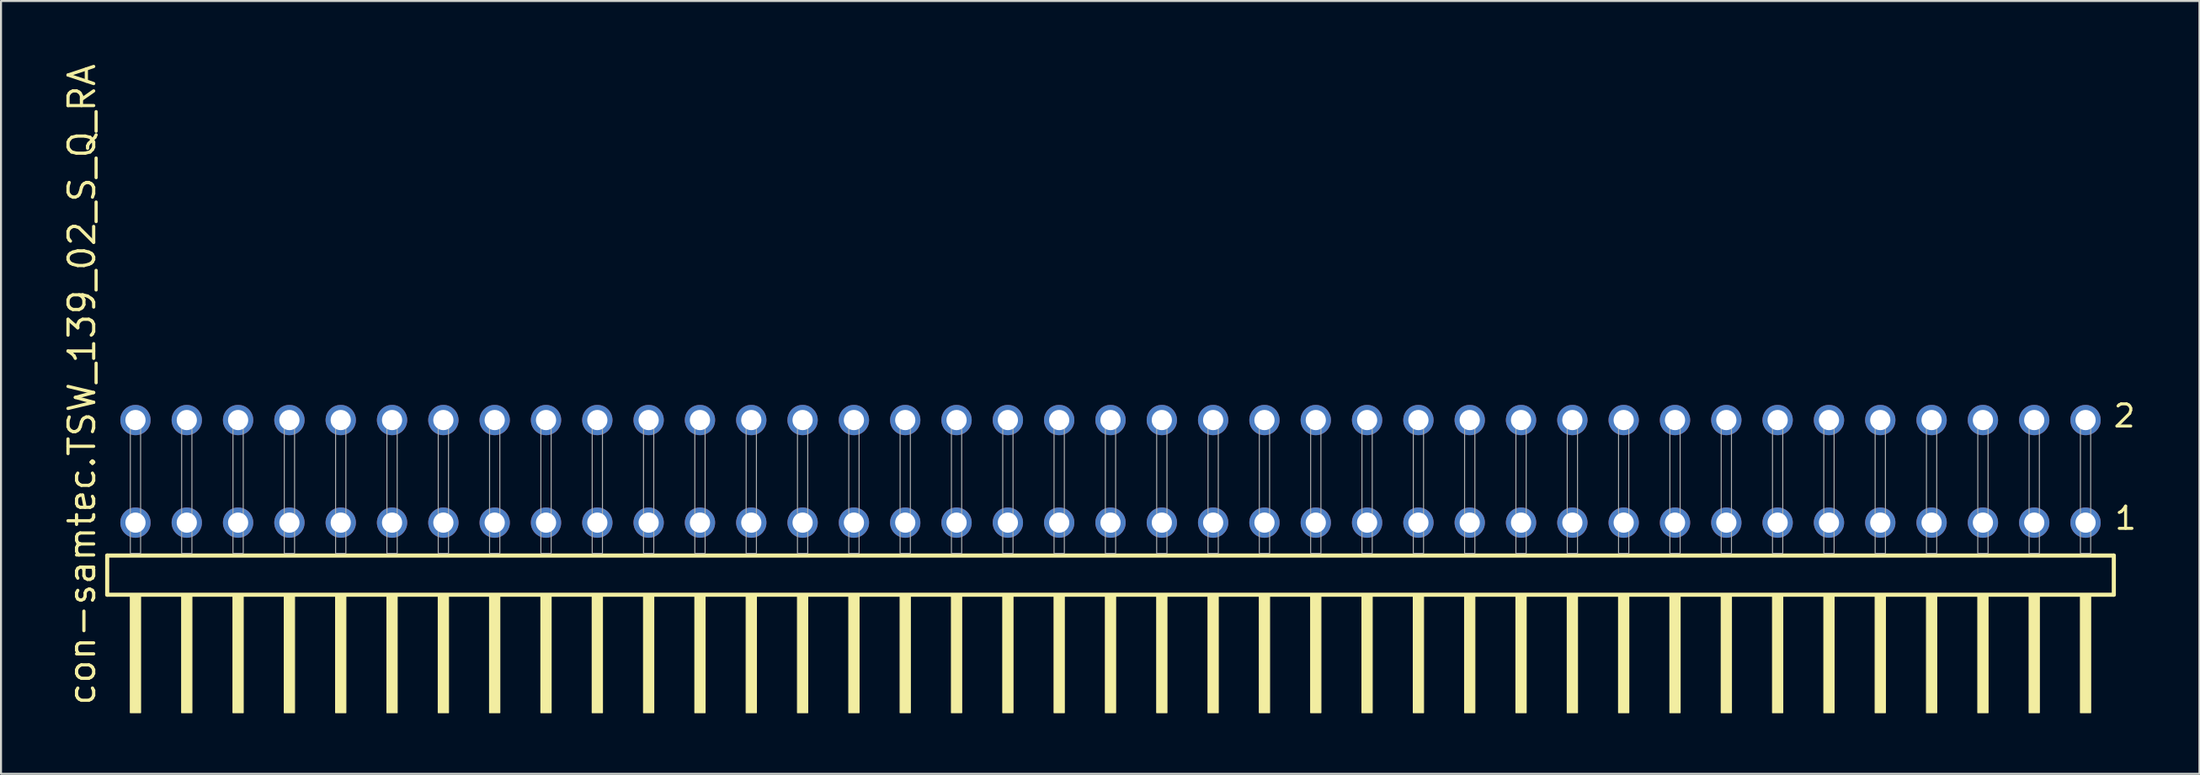
<source format=kicad_pcb>
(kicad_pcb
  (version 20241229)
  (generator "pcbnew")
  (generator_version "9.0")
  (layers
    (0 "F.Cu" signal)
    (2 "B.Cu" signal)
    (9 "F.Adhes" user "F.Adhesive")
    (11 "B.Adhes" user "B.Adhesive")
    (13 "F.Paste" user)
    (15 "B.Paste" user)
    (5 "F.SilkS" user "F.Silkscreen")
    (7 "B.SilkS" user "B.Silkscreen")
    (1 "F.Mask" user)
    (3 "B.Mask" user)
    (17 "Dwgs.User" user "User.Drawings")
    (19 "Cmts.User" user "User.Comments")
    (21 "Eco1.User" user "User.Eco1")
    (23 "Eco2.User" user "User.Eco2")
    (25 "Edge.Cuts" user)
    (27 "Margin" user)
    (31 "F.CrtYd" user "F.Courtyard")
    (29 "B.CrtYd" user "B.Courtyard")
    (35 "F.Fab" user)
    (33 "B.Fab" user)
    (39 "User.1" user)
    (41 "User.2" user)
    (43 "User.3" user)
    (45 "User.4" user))
  (footprint "con-samtec.TSW_139_02_S_Q_RA"
    (layer "F.Cu")
    (at 51.915 24.356)
    (property "Reference" "con-samtec.TSW_139_02_S_Q_RA" (at -50.165 7.62 90) (layer "F.SilkS") (effects (font (size 1.27 1.27) (thickness 0.16)) (justify left bottom)))
    (attr through_hole)
    (fp_line (start -49.659 0.106) (end -49.659 2.046) (stroke (width 0.203) (type default)) (layer "F.SilkS"))
    (fp_line (start -49.659 2.046) (end 49.659 2.046) (stroke (width 0.203) (type default)) (layer "F.SilkS"))
    (fp_line (start 49.659 0.106) (end -49.659 0.106) (stroke (width 0.203) (type default)) (layer "F.SilkS"))
    (fp_line (start 49.659 2.046) (end 49.659 0.106) (stroke (width 0.203) (type default)) (layer "F.SilkS"))
    (fp_rect (start -48.514 7.89) (end -48.006 2.04) (stroke (width 0.05) (type default)) (fill yes) (layer "F.SilkS"))
    (fp_rect (start -45.974 7.89) (end -45.466 2.04) (stroke (width 0.05) (type default)) (fill yes) (layer "F.SilkS"))
    (fp_rect (start -43.434 7.89) (end -42.926 2.04) (stroke (width 0.05) (type default)) (fill yes) (layer "F.SilkS"))
    (fp_rect (start -40.894 7.89) (end -40.386 2.04) (stroke (width 0.05) (type default)) (fill yes) (layer "F.SilkS"))
    (fp_rect (start -38.354 7.89) (end -37.846 2.04) (stroke (width 0.05) (type default)) (fill yes) (layer "F.SilkS"))
    (fp_rect (start -35.814 7.89) (end -35.306 2.04) (stroke (width 0.05) (type default)) (fill yes) (layer "F.SilkS"))
    (fp_rect (start -33.274 7.89) (end -32.766 2.04) (stroke (width 0.05) (type default)) (fill yes) (layer "F.SilkS"))
    (fp_rect (start -30.734 7.89) (end -30.226 2.04) (stroke (width 0.05) (type default)) (fill yes) (layer "F.SilkS"))
    (fp_rect (start -28.194 7.89) (end -27.686 2.04) (stroke (width 0.05) (type default)) (fill yes) (layer "F.SilkS"))
    (fp_rect (start -25.654 7.89) (end -25.146 2.04) (stroke (width 0.05) (type default)) (fill yes) (layer "F.SilkS"))
    (fp_rect (start -23.114 7.89) (end -22.606 2.04) (stroke (width 0.05) (type default)) (fill yes) (layer "F.SilkS"))
    (fp_rect (start -20.574 7.89) (end -20.066 2.04) (stroke (width 0.05) (type default)) (fill yes) (layer "F.SilkS"))
    (fp_rect (start -18.034 7.89) (end -17.526 2.04) (stroke (width 0.05) (type default)) (fill yes) (layer "F.SilkS"))
    (fp_rect (start -15.494 7.89) (end -14.986 2.04) (stroke (width 0.05) (type default)) (fill yes) (layer "F.SilkS"))
    (fp_rect (start -12.954 7.89) (end -12.446 2.04) (stroke (width 0.05) (type default)) (fill yes) (layer "F.SilkS"))
    (fp_rect (start -10.414 7.89) (end -9.906 2.04) (stroke (width 0.05) (type default)) (fill yes) (layer "F.SilkS"))
    (fp_rect (start -7.874 7.89) (end -7.366 2.04) (stroke (width 0.05) (type default)) (fill yes) (layer "F.SilkS"))
    (fp_rect (start -5.334 7.89) (end -4.826 2.04) (stroke (width 0.05) (type default)) (fill yes) (layer "F.SilkS"))
    (fp_rect (start -2.794 7.89) (end -2.286 2.04) (stroke (width 0.05) (type default)) (fill yes) (layer "F.SilkS"))
    (fp_rect (start -0.254 7.89) (end 0.254 2.04) (stroke (width 0.05) (type default)) (fill yes) (layer "F.SilkS"))
    (fp_rect (start 2.286 7.89) (end 2.794 2.04) (stroke (width 0.05) (type default)) (fill yes) (layer "F.SilkS"))
    (fp_rect (start 4.826 7.89) (end 5.334 2.04) (stroke (width 0.05) (type default)) (fill yes) (layer "F.SilkS"))
    (fp_rect (start 7.366 7.89) (end 7.874 2.04) (stroke (width 0.05) (type default)) (fill yes) (layer "F.SilkS"))
    (fp_rect (start 9.906 7.89) (end 10.414 2.04) (stroke (width 0.05) (type default)) (fill yes) (layer "F.SilkS"))
    (fp_rect (start 12.446 7.89) (end 12.954 2.04) (stroke (width 0.05) (type default)) (fill yes) (layer "F.SilkS"))
    (fp_rect (start 14.986 7.89) (end 15.494 2.04) (stroke (width 0.05) (type default)) (fill yes) (layer "F.SilkS"))
    (fp_rect (start 17.526 7.89) (end 18.034 2.04) (stroke (width 0.05) (type default)) (fill yes) (layer "F.SilkS"))
    (fp_rect (start 20.066 7.89) (end 20.574 2.04) (stroke (width 0.05) (type default)) (fill yes) (layer "F.SilkS"))
    (fp_rect (start 22.606 7.89) (end 23.114 2.04) (stroke (width 0.05) (type default)) (fill yes) (layer "F.SilkS"))
    (fp_rect (start 25.146 7.89) (end 25.654 2.04) (stroke (width 0.05) (type default)) (fill yes) (layer "F.SilkS"))
    (fp_rect (start 27.686 7.89) (end 28.194 2.04) (stroke (width 0.05) (type default)) (fill yes) (layer "F.SilkS"))
    (fp_rect (start 30.226 7.89) (end 30.734 2.04) (stroke (width 0.05) (type default)) (fill yes) (layer "F.SilkS"))
    (fp_rect (start 32.766 7.89) (end 33.274 2.04) (stroke (width 0.05) (type default)) (fill yes) (layer "F.SilkS"))
    (fp_rect (start 35.306 7.89) (end 35.814 2.04) (stroke (width 0.05) (type default)) (fill yes) (layer "F.SilkS"))
    (fp_rect (start 37.846 7.89) (end 38.354 2.04) (stroke (width 0.05) (type default)) (fill yes) (layer "F.SilkS"))
    (fp_rect (start 40.386 7.89) (end 40.894 2.04) (stroke (width 0.05) (type default)) (fill yes) (layer "F.SilkS"))
    (fp_rect (start 42.926 7.89) (end 43.434 2.04) (stroke (width 0.05) (type default)) (fill yes) (layer "F.SilkS"))
    (fp_rect (start 45.466 7.89) (end 45.974 2.04) (stroke (width 0.05) (type default)) (fill yes) (layer "F.SilkS"))
    (fp_rect (start 48.006 7.89) (end 48.514 2.04) (stroke (width 0.05) (type default)) (fill yes) (layer "F.SilkS"))
    (fp_rect (start -48.514 0) (end -48.006 -6.858) (stroke (width 0.05) (type default)) (fill no) (layer "F.Fab"))
    (fp_rect (start -45.974 0) (end -45.466 -6.858) (stroke (width 0.05) (type default)) (fill no) (layer "F.Fab"))
    (fp_rect (start -43.434 0) (end -42.926 -6.858) (stroke (width 0.05) (type default)) (fill no) (layer "F.Fab"))
    (fp_rect (start -40.894 0) (end -40.386 -6.858) (stroke (width 0.05) (type default)) (fill no) (layer "F.Fab"))
    (fp_rect (start -38.354 0) (end -37.846 -6.858) (stroke (width 0.05) (type default)) (fill no) (layer "F.Fab"))
    (fp_rect (start -35.814 0) (end -35.306 -6.858) (stroke (width 0.05) (type default)) (fill no) (layer "F.Fab"))
    (fp_rect (start -33.274 0) (end -32.766 -6.858) (stroke (width 0.05) (type default)) (fill no) (layer "F.Fab"))
    (fp_rect (start -30.734 0) (end -30.226 -6.858) (stroke (width 0.05) (type default)) (fill no) (layer "F.Fab"))
    (fp_rect (start -28.194 0) (end -27.686 -6.858) (stroke (width 0.05) (type default)) (fill no) (layer "F.Fab"))
    (fp_rect (start -25.654 0) (end -25.146 -6.858) (stroke (width 0.05) (type default)) (fill no) (layer "F.Fab"))
    (fp_rect (start -23.114 0) (end -22.606 -6.858) (stroke (width 0.05) (type default)) (fill no) (layer "F.Fab"))
    (fp_rect (start -20.574 0) (end -20.066 -6.858) (stroke (width 0.05) (type default)) (fill no) (layer "F.Fab"))
    (fp_rect (start -18.034 0) (end -17.526 -6.858) (stroke (width 0.05) (type default)) (fill no) (layer "F.Fab"))
    (fp_rect (start -15.494 0) (end -14.986 -6.858) (stroke (width 0.05) (type default)) (fill no) (layer "F.Fab"))
    (fp_rect (start -12.954 0) (end -12.446 -6.858) (stroke (width 0.05) (type default)) (fill no) (layer "F.Fab"))
    (fp_rect (start -10.414 0) (end -9.906 -6.858) (stroke (width 0.05) (type default)) (fill no) (layer "F.Fab"))
    (fp_rect (start -7.874 0) (end -7.366 -6.858) (stroke (width 0.05) (type default)) (fill no) (layer "F.Fab"))
    (fp_rect (start -5.334 0) (end -4.826 -6.858) (stroke (width 0.05) (type default)) (fill no) (layer "F.Fab"))
    (fp_rect (start -2.794 0) (end -2.286 -6.858) (stroke (width 0.05) (type default)) (fill no) (layer "F.Fab"))
    (fp_rect (start -0.254 0) (end 0.254 -6.858) (stroke (width 0.05) (type default)) (fill no) (layer "F.Fab"))
    (fp_rect (start 2.286 0) (end 2.794 -6.858) (stroke (width 0.05) (type default)) (fill no) (layer "F.Fab"))
    (fp_rect (start 4.826 0) (end 5.334 -6.858) (stroke (width 0.05) (type default)) (fill no) (layer "F.Fab"))
    (fp_rect (start 7.366 0) (end 7.874 -6.858) (stroke (width 0.05) (type default)) (fill no) (layer "F.Fab"))
    (fp_rect (start 9.906 0) (end 10.414 -6.858) (stroke (width 0.05) (type default)) (fill no) (layer "F.Fab"))
    (fp_rect (start 12.446 0) (end 12.954 -6.858) (stroke (width 0.05) (type default)) (fill no) (layer "F.Fab"))
    (fp_rect (start 14.986 0) (end 15.494 -6.858) (stroke (width 0.05) (type default)) (fill no) (layer "F.Fab"))
    (fp_rect (start 17.526 0) (end 18.034 -6.858) (stroke (width 0.05) (type default)) (fill no) (layer "F.Fab"))
    (fp_rect (start 20.066 0) (end 20.574 -6.858) (stroke (width 0.05) (type default)) (fill no) (layer "F.Fab"))
    (fp_rect (start 22.606 0) (end 23.114 -6.858) (stroke (width 0.05) (type default)) (fill no) (layer "F.Fab"))
    (fp_rect (start 25.146 0) (end 25.654 -6.858) (stroke (width 0.05) (type default)) (fill no) (layer "F.Fab"))
    (fp_rect (start 27.686 0) (end 28.194 -6.858) (stroke (width 0.05) (type default)) (fill no) (layer "F.Fab"))
    (fp_rect (start 30.226 0) (end 30.734 -6.858) (stroke (width 0.05) (type default)) (fill no) (layer "F.Fab"))
    (fp_rect (start 32.766 0) (end 33.274 -6.858) (stroke (width 0.05) (type default)) (fill no) (layer "F.Fab"))
    (fp_rect (start 35.306 0) (end 35.814 -6.858) (stroke (width 0.05) (type default)) (fill no) (layer "F.Fab"))
    (fp_rect (start 37.846 0) (end 38.354 -6.858) (stroke (width 0.05) (type default)) (fill no) (layer "F.Fab"))
    (fp_rect (start 40.386 0) (end 40.894 -6.858) (stroke (width 0.05) (type default)) (fill no) (layer "F.Fab"))
    (fp_rect (start 42.926 0) (end 43.434 -6.858) (stroke (width 0.05) (type default)) (fill no) (layer "F.Fab"))
    (fp_rect (start 45.466 0) (end 45.974 -6.858) (stroke (width 0.05) (type default)) (fill no) (layer "F.Fab"))
    (fp_rect (start 48.006 0) (end 48.514 -6.858) (stroke (width 0.05) (type default)) (fill no) (layer "F.Fab"))
    (fp_text user "2" (at 49.56 -6.165 0) (layer "F.SilkS") (effects (font (size 1.1 1.1) (thickness 0.15)) (justify left bottom)))
    (fp_text user "1" (at 49.62 -1.1 0) (layer "F.SilkS") (effects (font (size 1.1 1.1) (thickness 0.15)) (justify left bottom)))
    (pad "1" thru_hole circle (at 48.26 -1.524 180) (size 1.5 1.5) (drill 1) (layers "*.Cu" "*.Mask"))
    (pad "2" thru_hole circle (at 48.26 -6.604 180) (size 1.5 1.5) (drill 1) (layers "*.Cu" "*.Mask"))
    (pad "3" thru_hole circle (at 45.72 -1.524 180) (size 1.5 1.5) (drill 1) (layers "*.Cu" "*.Mask"))
    (pad "4" thru_hole circle (at 45.72 -6.604 180) (size 1.5 1.5) (drill 1) (layers "*.Cu" "*.Mask"))
    (pad "5" thru_hole circle (at 43.18 -1.524 180) (size 1.5 1.5) (drill 1) (layers "*.Cu" "*.Mask"))
    (pad "6" thru_hole circle (at 43.18 -6.604 180) (size 1.5 1.5) (drill 1) (layers "*.Cu" "*.Mask"))
    (pad "7" thru_hole circle (at 40.64 -1.524 180) (size 1.5 1.5) (drill 1) (layers "*.Cu" "*.Mask"))
    (pad "8" thru_hole circle (at 40.64 -6.604 180) (size 1.5 1.5) (drill 1) (layers "*.Cu" "*.Mask"))
    (pad "9" thru_hole circle (at 38.1 -1.524 180) (size 1.5 1.5) (drill 1) (layers "*.Cu" "*.Mask"))
    (pad "10" thru_hole circle (at 38.1 -6.604 180) (size 1.5 1.5) (drill 1) (layers "*.Cu" "*.Mask"))
    (pad "11" thru_hole circle (at 35.56 -1.524 180) (size 1.5 1.5) (drill 1) (layers "*.Cu" "*.Mask"))
    (pad "12" thru_hole circle (at 35.56 -6.604 180) (size 1.5 1.5) (drill 1) (layers "*.Cu" "*.Mask"))
    (pad "13" thru_hole circle (at 33.02 -1.524 180) (size 1.5 1.5) (drill 1) (layers "*.Cu" "*.Mask"))
    (pad "14" thru_hole circle (at 33.02 -6.604 180) (size 1.5 1.5) (drill 1) (layers "*.Cu" "*.Mask"))
    (pad "15" thru_hole circle (at 30.48 -1.524 180) (size 1.5 1.5) (drill 1) (layers "*.Cu" "*.Mask"))
    (pad "16" thru_hole circle (at 30.48 -6.604 180) (size 1.5 1.5) (drill 1) (layers "*.Cu" "*.Mask"))
    (pad "17" thru_hole circle (at 27.94 -1.524 180) (size 1.5 1.5) (drill 1) (layers "*.Cu" "*.Mask"))
    (pad "18" thru_hole circle (at 27.94 -6.604 180) (size 1.5 1.5) (drill 1) (layers "*.Cu" "*.Mask"))
    (pad "19" thru_hole circle (at 25.4 -1.524 180) (size 1.5 1.5) (drill 1) (layers "*.Cu" "*.Mask"))
    (pad "20" thru_hole circle (at 25.4 -6.604 180) (size 1.5 1.5) (drill 1) (layers "*.Cu" "*.Mask"))
    (pad "21" thru_hole circle (at 22.86 -1.524 180) (size 1.5 1.5) (drill 1) (layers "*.Cu" "*.Mask"))
    (pad "22" thru_hole circle (at 22.86 -6.604 180) (size 1.5 1.5) (drill 1) (layers "*.Cu" "*.Mask"))
    (pad "23" thru_hole circle (at 20.32 -1.524 180) (size 1.5 1.5) (drill 1) (layers "*.Cu" "*.Mask"))
    (pad "24" thru_hole circle (at 20.32 -6.604 180) (size 1.5 1.5) (drill 1) (layers "*.Cu" "*.Mask"))
    (pad "25" thru_hole circle (at 17.78 -1.524 180) (size 1.5 1.5) (drill 1) (layers "*.Cu" "*.Mask"))
    (pad "26" thru_hole circle (at 17.78 -6.604 180) (size 1.5 1.5) (drill 1) (layers "*.Cu" "*.Mask"))
    (pad "27" thru_hole circle (at 15.24 -1.524 180) (size 1.5 1.5) (drill 1) (layers "*.Cu" "*.Mask"))
    (pad "28" thru_hole circle (at 15.24 -6.604 180) (size 1.5 1.5) (drill 1) (layers "*.Cu" "*.Mask"))
    (pad "29" thru_hole circle (at 12.7 -1.524 180) (size 1.5 1.5) (drill 1) (layers "*.Cu" "*.Mask"))
    (pad "30" thru_hole circle (at 12.7 -6.604 180) (size 1.5 1.5) (drill 1) (layers "*.Cu" "*.Mask"))
    (pad "31" thru_hole circle (at 10.16 -1.524 180) (size 1.5 1.5) (drill 1) (layers "*.Cu" "*.Mask"))
    (pad "32" thru_hole circle (at 10.16 -6.604 180) (size 1.5 1.5) (drill 1) (layers "*.Cu" "*.Mask"))
    (pad "33" thru_hole circle (at 7.62 -1.524 180) (size 1.5 1.5) (drill 1) (layers "*.Cu" "*.Mask"))
    (pad "34" thru_hole circle (at 7.62 -6.604 180) (size 1.5 1.5) (drill 1) (layers "*.Cu" "*.Mask"))
    (pad "35" thru_hole circle (at 5.08 -1.524 180) (size 1.5 1.5) (drill 1) (layers "*.Cu" "*.Mask"))
    (pad "36" thru_hole circle (at 5.08 -6.604 180) (size 1.5 1.5) (drill 1) (layers "*.Cu" "*.Mask"))
    (pad "37" thru_hole circle (at 2.54 -1.524 180) (size 1.5 1.5) (drill 1) (layers "*.Cu" "*.Mask"))
    (pad "38" thru_hole circle (at 2.54 -6.604 180) (size 1.5 1.5) (drill 1) (layers "*.Cu" "*.Mask"))
    (pad "39" thru_hole circle (at 0 -1.524 180) (size 1.5 1.5) (drill 1) (layers "*.Cu" "*.Mask"))
    (pad "40" thru_hole circle (at 0 -6.604 180) (size 1.5 1.5) (drill 1) (layers "*.Cu" "*.Mask"))
    (pad "41" thru_hole circle (at -2.54 -1.524 180) (size 1.5 1.5) (drill 1) (layers "*.Cu" "*.Mask"))
    (pad "42" thru_hole circle (at -2.54 -6.604 180) (size 1.5 1.5) (drill 1) (layers "*.Cu" "*.Mask"))
    (pad "43" thru_hole circle (at -5.08 -1.524 180) (size 1.5 1.5) (drill 1) (layers "*.Cu" "*.Mask"))
    (pad "44" thru_hole circle (at -5.08 -6.604 180) (size 1.5 1.5) (drill 1) (layers "*.Cu" "*.Mask"))
    (pad "45" thru_hole circle (at -7.62 -1.524 180) (size 1.5 1.5) (drill 1) (layers "*.Cu" "*.Mask"))
    (pad "46" thru_hole circle (at -7.62 -6.604 180) (size 1.5 1.5) (drill 1) (layers "*.Cu" "*.Mask"))
    (pad "47" thru_hole circle (at -10.16 -1.524 180) (size 1.5 1.5) (drill 1) (layers "*.Cu" "*.Mask"))
    (pad "48" thru_hole circle (at -10.16 -6.604 180) (size 1.5 1.5) (drill 1) (layers "*.Cu" "*.Mask"))
    (pad "49" thru_hole circle (at -12.7 -1.524 180) (size 1.5 1.5) (drill 1) (layers "*.Cu" "*.Mask"))
    (pad "50" thru_hole circle (at -12.7 -6.604 180) (size 1.5 1.5) (drill 1) (layers "*.Cu" "*.Mask"))
    (pad "51" thru_hole circle (at -15.24 -1.524 180) (size 1.5 1.5) (drill 1) (layers "*.Cu" "*.Mask"))
    (pad "52" thru_hole circle (at -15.24 -6.604 180) (size 1.5 1.5) (drill 1) (layers "*.Cu" "*.Mask"))
    (pad "53" thru_hole circle (at -17.78 -1.524 180) (size 1.5 1.5) (drill 1) (layers "*.Cu" "*.Mask"))
    (pad "54" thru_hole circle (at -17.78 -6.604 180) (size 1.5 1.5) (drill 1) (layers "*.Cu" "*.Mask"))
    (pad "55" thru_hole circle (at -20.32 -1.524 180) (size 1.5 1.5) (drill 1) (layers "*.Cu" "*.Mask"))
    (pad "56" thru_hole circle (at -20.32 -6.604 180) (size 1.5 1.5) (drill 1) (layers "*.Cu" "*.Mask"))
    (pad "57" thru_hole circle (at -22.86 -1.524 180) (size 1.5 1.5) (drill 1) (layers "*.Cu" "*.Mask"))
    (pad "58" thru_hole circle (at -22.86 -6.604 180) (size 1.5 1.5) (drill 1) (layers "*.Cu" "*.Mask"))
    (pad "59" thru_hole circle (at -25.4 -1.524 180) (size 1.5 1.5) (drill 1) (layers "*.Cu" "*.Mask"))
    (pad "60" thru_hole circle (at -25.4 -6.604 180) (size 1.5 1.5) (drill 1) (layers "*.Cu" "*.Mask"))
    (pad "61" thru_hole circle (at -27.94 -1.524 180) (size 1.5 1.5) (drill 1) (layers "*.Cu" "*.Mask"))
    (pad "62" thru_hole circle (at -27.94 -6.604 180) (size 1.5 1.5) (drill 1) (layers "*.Cu" "*.Mask"))
    (pad "63" thru_hole circle (at -30.48 -1.524 180) (size 1.5 1.5) (drill 1) (layers "*.Cu" "*.Mask"))
    (pad "64" thru_hole circle (at -30.48 -6.604 180) (size 1.5 1.5) (drill 1) (layers "*.Cu" "*.Mask"))
    (pad "65" thru_hole circle (at -33.02 -1.524 180) (size 1.5 1.5) (drill 1) (layers "*.Cu" "*.Mask"))
    (pad "66" thru_hole circle (at -33.02 -6.604 180) (size 1.5 1.5) (drill 1) (layers "*.Cu" "*.Mask"))
    (pad "67" thru_hole circle (at -35.56 -1.524 180) (size 1.5 1.5) (drill 1) (layers "*.Cu" "*.Mask"))
    (pad "68" thru_hole circle (at -35.56 -6.604 180) (size 1.5 1.5) (drill 1) (layers "*.Cu" "*.Mask"))
    (pad "69" thru_hole circle (at -38.1 -1.524 180) (size 1.5 1.5) (drill 1) (layers "*.Cu" "*.Mask"))
    (pad "70" thru_hole circle (at -38.1 -6.604 180) (size 1.5 1.5) (drill 1) (layers "*.Cu" "*.Mask"))
    (pad "71" thru_hole circle (at -40.64 -1.524 180) (size 1.5 1.5) (drill 1) (layers "*.Cu" "*.Mask"))
    (pad "72" thru_hole circle (at -40.64 -6.604 180) (size 1.5 1.5) (drill 1) (layers "*.Cu" "*.Mask"))
    (pad "73" thru_hole circle (at -43.18 -1.524 180) (size 1.5 1.5) (drill 1) (layers "*.Cu" "*.Mask"))
    (pad "74" thru_hole circle (at -43.18 -6.604 180) (size 1.5 1.5) (drill 1) (layers "*.Cu" "*.Mask"))
    (pad "75" thru_hole circle (at -45.72 -1.524 180) (size 1.5 1.5) (drill 1) (layers "*.Cu" "*.Mask"))
    (pad "76" thru_hole circle (at -45.72 -6.604 180) (size 1.5 1.5) (drill 1) (layers "*.Cu" "*.Mask"))
    (pad "77" thru_hole circle (at -48.26 -1.524 180) (size 1.5 1.5) (drill 1) (layers "*.Cu" "*.Mask"))
    (pad "78" thru_hole circle (at -48.26 -6.604 180) (size 1.5 1.5) (drill 1) (layers "*.Cu" "*.Mask")))
  (gr_rect
    (start -3 -3)
    (end 105.813 35.271)
    (stroke (width 0.1) (type default))
    (fill no)
    (layer "Edge.Cuts")))
</source>
